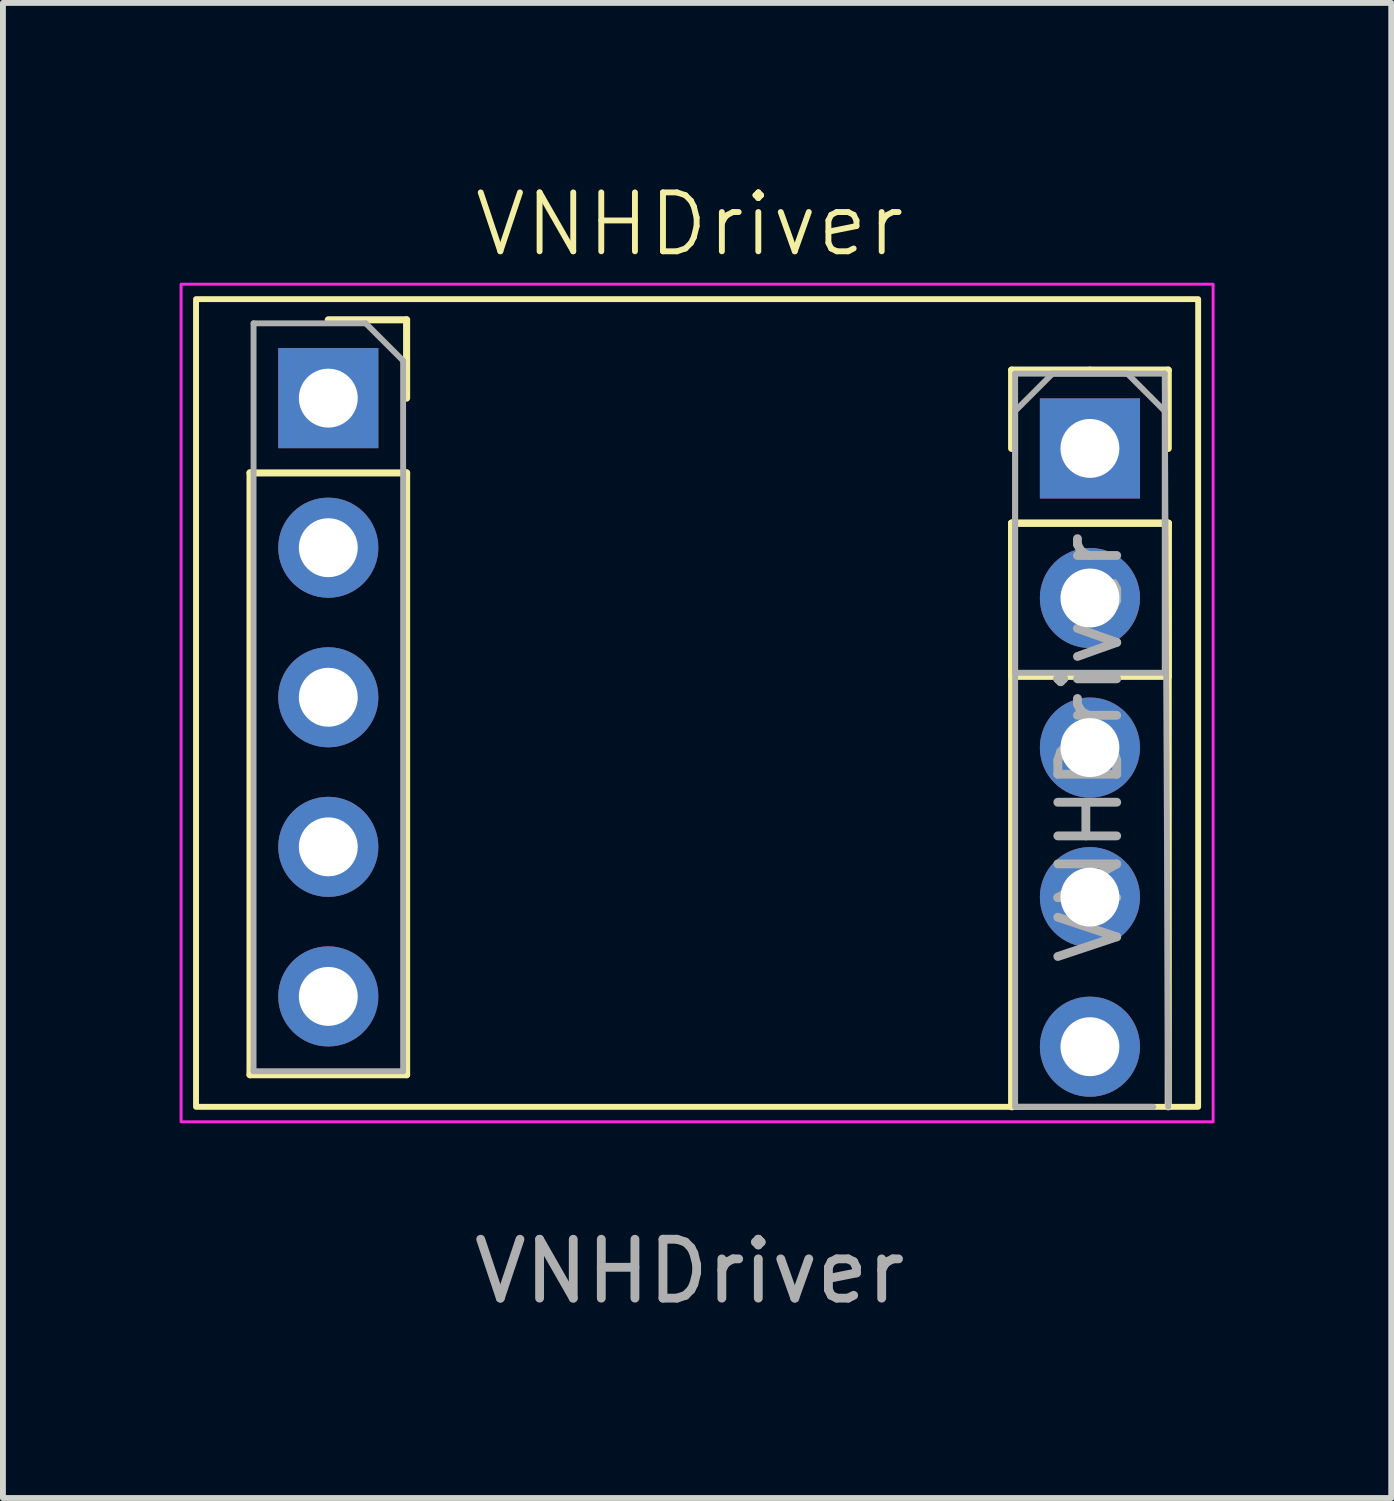
<source format=kicad_pcb>
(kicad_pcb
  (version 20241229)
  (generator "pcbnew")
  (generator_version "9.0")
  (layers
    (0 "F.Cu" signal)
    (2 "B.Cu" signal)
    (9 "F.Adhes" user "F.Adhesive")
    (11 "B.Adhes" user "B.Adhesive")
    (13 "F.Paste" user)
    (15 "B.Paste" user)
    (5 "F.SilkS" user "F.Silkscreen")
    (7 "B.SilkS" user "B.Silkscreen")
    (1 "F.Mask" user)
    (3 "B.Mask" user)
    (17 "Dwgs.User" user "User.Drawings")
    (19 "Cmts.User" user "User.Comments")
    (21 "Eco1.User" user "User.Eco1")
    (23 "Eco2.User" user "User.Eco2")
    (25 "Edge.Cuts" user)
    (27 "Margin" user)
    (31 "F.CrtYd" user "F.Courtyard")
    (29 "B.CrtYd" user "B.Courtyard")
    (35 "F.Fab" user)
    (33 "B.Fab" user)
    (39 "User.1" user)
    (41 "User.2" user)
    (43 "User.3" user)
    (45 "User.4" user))
  (footprint "VNHDriver"
    (layer "F.Cu")
    (at 8.661 8.38)
    (property "Reference" "VNHDriver" (at 0 -7.62 0) (unlocked yes) (layer "F.SilkS") (effects (font (size 1 1) (thickness 0.1))))
    (attr through_hole)
    (fp_line (start -7.465 -3.399) (end -7.465 6.821) (stroke (width 0.12) (type solid)) (layer "F.SilkS"))
    (fp_line (start -4.806 -5.999) (end -6.136 -5.999) (stroke (width 0.12) (type solid)) (layer "F.SilkS"))
    (fp_line (start -4.806 -4.669) (end -4.806 -5.999) (stroke (width 0.12) (type solid)) (layer "F.SilkS"))
    (fp_line (start -4.806 -3.399) (end -7.465 -3.399) (stroke (width 0.12) (type solid)) (layer "F.SilkS"))
    (fp_line (start -4.806 -3.399) (end -4.806 6.821) (stroke (width 0.12) (type solid)) (layer "F.SilkS"))
    (fp_line (start -4.806 6.821) (end -7.465 6.821) (stroke (width 0.12) (type solid)) (layer "F.SilkS"))
    (fp_line (start 5.468 -5.145) (end 6.798 -5.145) (stroke (width 0.12) (type solid)) (layer "F.SilkS"))
    (fp_line (start 5.468 -3.815) (end 5.468 -5.145) (stroke (width 0.12) (type solid)) (layer "F.SilkS"))
    (fp_line (start 5.468 -2.545) (end 5.468 0.055) (stroke (width 0.12) (type solid)) (layer "F.SilkS"))
    (fp_line (start 5.468 -2.545) (end 5.468 7.366) (stroke (width 0.12) (type solid)) (layer "F.SilkS"))
    (fp_line (start 5.468 -2.545) (end 8.128 -2.545) (stroke (width 0.12) (type solid)) (layer "F.SilkS"))
    (fp_line (start 8.128 -5.145) (end 6.798 -5.145) (stroke (width 0.12) (type solid)) (layer "F.SilkS"))
    (fp_line (start 8.128 -3.815) (end 8.128 -5.145) (stroke (width 0.12) (type solid)) (layer "F.SilkS"))
    (fp_line (start 8.128 -2.545) (end 5.468 -2.545) (stroke (width 0.12) (type solid)) (layer "F.SilkS"))
    (fp_line (start 8.128 -2.545) (end 8.128 0.055) (stroke (width 0.12) (type solid)) (layer "F.SilkS"))
    (fp_line (start 8.128 -2.545) (end 8.128 7.366) (stroke (width 0.12) (type solid)) (layer "F.SilkS"))
    (fp_line (start 8.128 0.055) (end 5.468 0.055) (stroke (width 0.12) (type solid)) (layer "F.SilkS"))
    (fp_rect (start -8.382 -6.35) (end 8.636 7.366) (stroke (width 0.1) (type default)) (fill no) (layer "F.SilkS"))
    (fp_rect (start -8.636 -6.604) (end 8.89 7.62) (stroke (width 0.05) (type default)) (fill no) (layer "F.CrtYd"))
    (fp_line (start -7.405 -5.939) (end -7.405 6.761) (stroke (width 0.1) (type solid)) (layer "F.Fab"))
    (fp_line (start -7.405 6.761) (end -4.865 6.761) (stroke (width 0.1) (type solid)) (layer "F.Fab"))
    (fp_line (start -5.5 -5.939) (end -7.405 -5.939) (stroke (width 0.1) (type solid)) (layer "F.Fab"))
    (fp_line (start -4.865 -5.304) (end -5.5 -5.939) (stroke (width 0.1) (type solid)) (layer "F.Fab"))
    (fp_line (start -4.865 6.761) (end -4.865 -5.304) (stroke (width 0.1) (type solid)) (layer "F.Fab"))
    (fp_line (start 5.528 -5.085) (end 5.528 -0.005) (stroke (width 0.1) (type solid)) (layer "F.Fab"))
    (fp_line (start 5.528 -4.45) (end 6.163 -5.085) (stroke (width 0.1) (type solid)) (layer "F.Fab"))
    (fp_line (start 5.528 -0.005) (end 8.068 -0.005) (stroke (width 0.1) (type solid)) (layer "F.Fab"))
    (fp_line (start 5.528 7.366) (end 5.528 -4.45) (stroke (width 0.1) (type solid)) (layer "F.Fab"))
    (fp_line (start 6.163 -5.085) (end 8.068 -5.085) (stroke (width 0.1) (type solid)) (layer "F.Fab"))
    (fp_line (start 7.433 -5.085) (end 5.528 -5.085) (stroke (width 0.1) (type solid)) (layer "F.Fab"))
    (fp_line (start 7.874 7.366) (end 5.528 7.366) (stroke (width 0.1) (type solid)) (layer "F.Fab"))
    (fp_line (start 8.068 -5.085) (end 8.128 7.366) (stroke (width 0.1) (type solid)) (layer "F.Fab"))
    (fp_line (start 8.068 -4.45) (end 7.433 -5.085) (stroke (width 0.1) (type solid)) (layer "F.Fab"))
    (fp_line (start 8.068 -0.005) (end 8.068 -4.45) (stroke (width 0.1) (type solid)) (layer "F.Fab"))
    (fp_text user "${REFERENCE}" (at 0 10.16 0) (unlocked yes) (layer "F.Fab") (effects (font (size 1 1) (thickness 0.15))))
    (fp_text user "${REFERENCE}" (at 6.798 1.265 90) (layer "F.Fab") (effects (font (size 1 1) (thickness 0.15))))
    (pad "1" thru_hole rect (at -6.136 -4.669 180) (size 1.7 1.7) (drill 1) (layers "*.Cu" "*.Mask"))
    (pad "2" thru_hole oval (at -6.136 -2.129 180) (size 1.7 1.7) (drill 1) (layers "*.Cu" "*.Mask"))
    (pad "3" thru_hole oval (at -6.136 0.411 180) (size 1.7 1.7) (drill 1) (layers "*.Cu" "*.Mask"))
    (pad "4" thru_hole oval (at -6.136 2.951 180) (size 1.7 1.7) (drill 1) (layers "*.Cu" "*.Mask"))
    (pad "5" thru_hole oval (at -6.136 5.491 180) (size 1.7 1.7) (drill 1) (layers "*.Cu" "*.Mask"))
    (pad "6" thru_hole rect (at 6.798 -3.815) (size 1.7 1.7) (drill 1) (layers "*.Cu" "*.Mask"))
    (pad "7" thru_hole oval (at 6.798 -1.275) (size 1.7 1.7) (drill 1) (layers "*.Cu" "*.Mask"))
    (pad "8" thru_hole oval (at 6.798 1.265) (size 1.7 1.7) (drill 1) (layers "*.Cu" "*.Mask"))
    (pad "9" thru_hole oval (at 6.798 3.805) (size 1.7 1.7) (drill 1) (layers "*.Cu" "*.Mask"))
    (pad "10" thru_hole oval (at 6.798 6.345) (size 1.7 1.7) (drill 1) (layers "*.Cu" "*.Mask")))
  (gr_rect
    (start -3 -3)
    (end 20.576 22.389)
    (stroke (width 0.1) (type default))
    (fill no)
    (layer "Edge.Cuts")))
</source>
